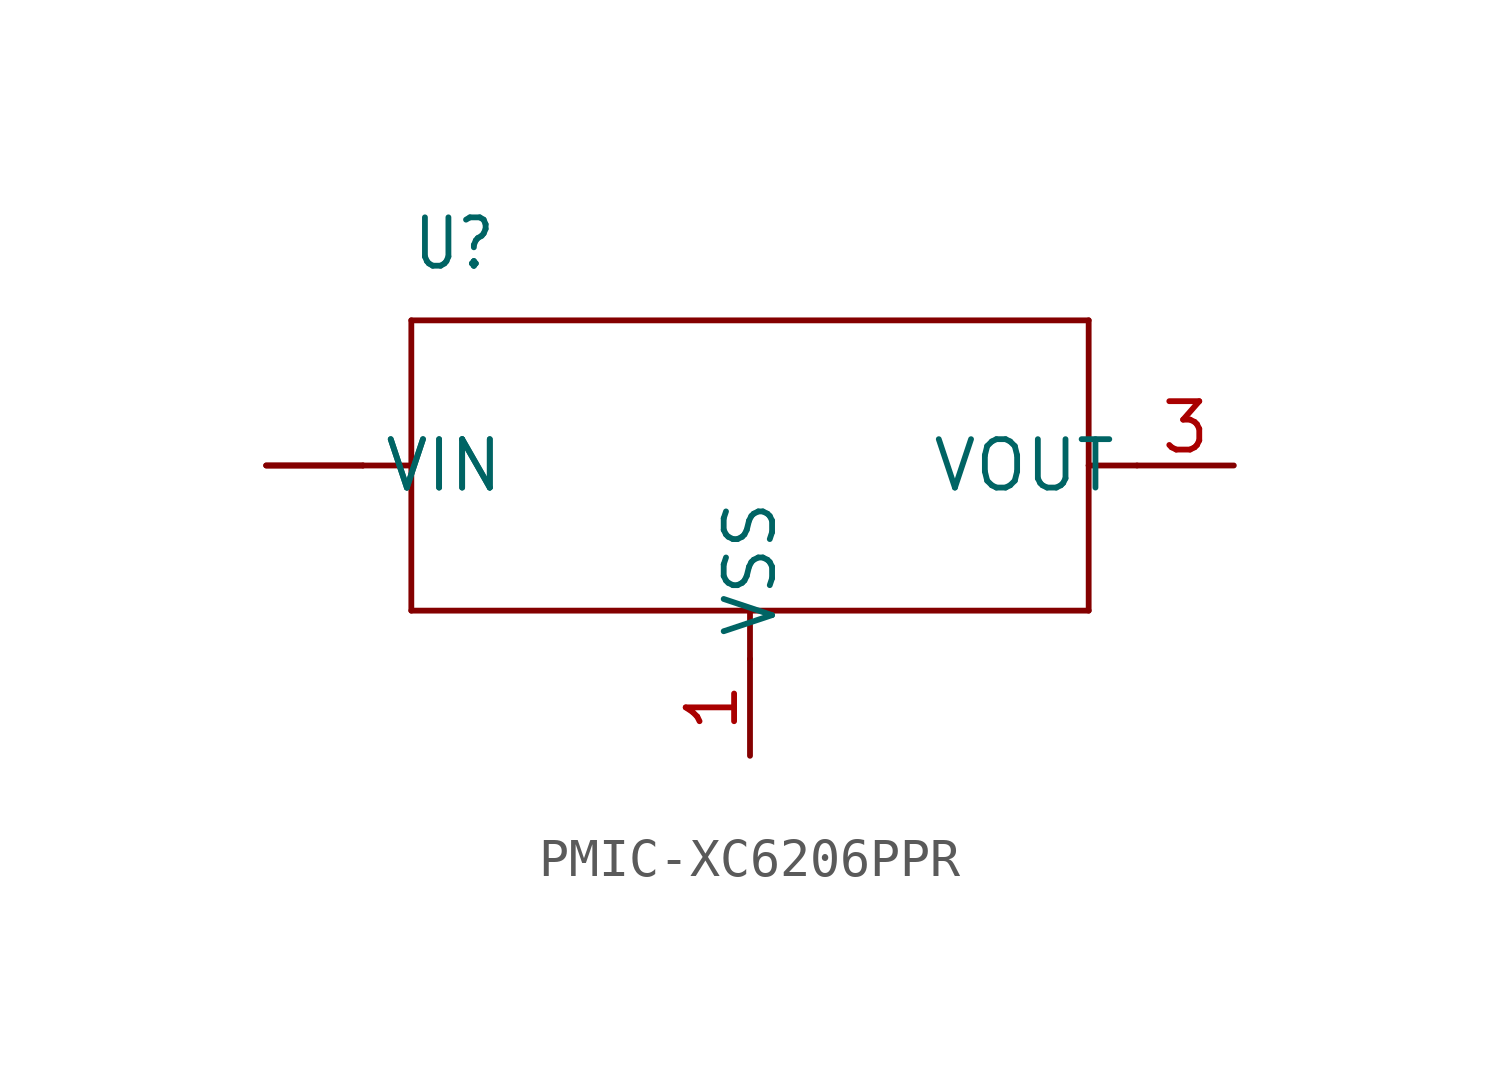
<source format=kicad_sym>
(kicad_symbol_lib
  (version 20220914)
  (generator kicad_symbol_editor)
  (symbol "PMIC-XC6206PPR"
    (property "Reference" "U"
      (at -8.89 5.08 0)
      (effects (font (size 1.27 1.079)) (justify left bottom)))
    (property "Value" ""
      (at -1.27 5.08 0)
      (effects (font (size 1.27 1.079)) (justify left bottom)))
    (property "ki_locked" ""
      (at 0 0 0)
      (effects (font (size 1.27 1.27))))
    (symbol "PMIC-XC6206PPR_1_0"
      (polyline (pts (xy -10.16 0) (xy -8.89 0)) (stroke (width 0.152) (type solid)) (fill (type none)))
      (polyline (pts (xy -8.89 -3.81) (xy -8.89 0)) (stroke (width 0.152) (type solid)) (fill (type none)))
      (polyline (pts (xy -8.89 0) (xy -8.89 3.81)) (stroke (width 0.152) (type solid)) (fill (type none)))
      (polyline (pts (xy -8.89 3.81) (xy 8.89 3.81)) (stroke (width 0.152) (type solid)) (fill (type none)))
      (polyline (pts (xy 0 -5.08) (xy 0 -3.81)) (stroke (width 0.152) (type solid)) (fill (type none)))
      (polyline (pts (xy 0 -3.81) (xy -8.89 -3.81)) (stroke (width 0.152) (type solid)) (fill (type none)))
      (polyline (pts (xy 8.89 -3.81) (xy 0 -3.81)) (stroke (width 0.152) (type solid)) (fill (type none)))
      (polyline (pts (xy 8.89 0) (xy 8.89 -3.81)) (stroke (width 0.152) (type solid)) (fill (type none)))
      (polyline (pts (xy 8.89 3.81) (xy 8.89 0)) (stroke (width 0.152) (type solid)) (fill (type none)))
      (polyline (pts (xy 10.16 0) (xy 8.89 0)) (stroke (width 0.152) (type solid)) (fill (type none)))
      (pin bidirectional line (at 0 -7.62 90) (length 2.54) (name "VSS" (effects (font (size 1.27 1.27)))) (number "1" (effects (font (size 1.27 1.27)))))
      (pin bidirectional line (at -12.7 0 0) (length 2.54) (name "VIN" (effects (font (size 1.27 1.27)))) (number "2" (effects (font (size 0 0)))))
      (pin bidirectional line (at 12.7 0 180) (length 2.54) (name "VOUT" (effects (font (size 1.27 1.27)))) (number "3" (effects (font (size 1.27 1.27)))))
      (pin bidirectional line (at -12.7 0 0) (length 2.54) (name "VIN" (effects (font (size 1.27 1.27)))) (number "4" (effects (font (size 0 0))))))))
</source>
